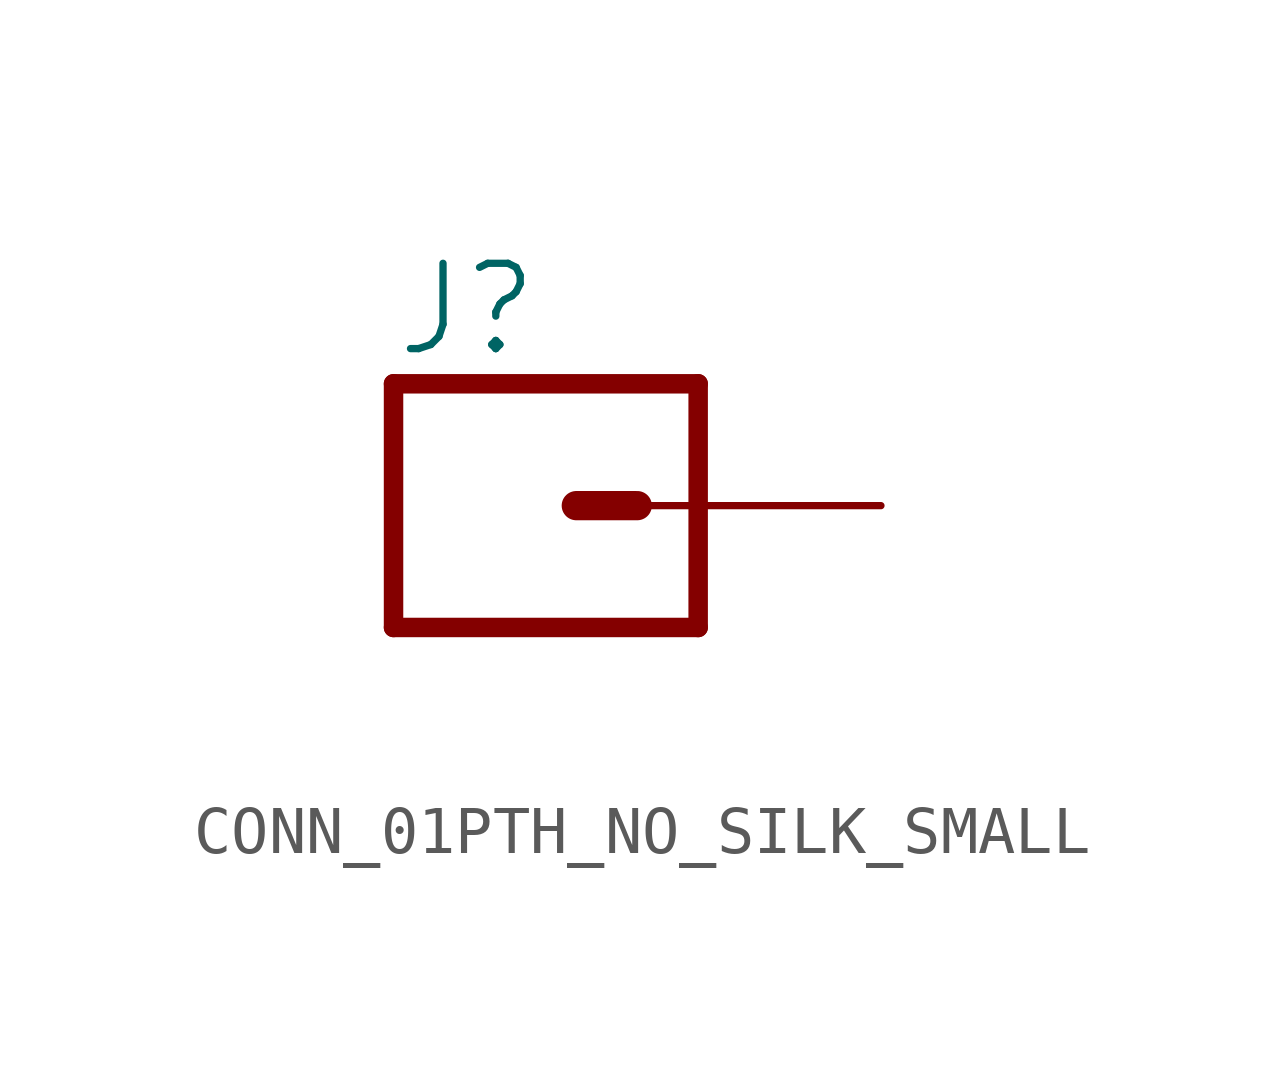
<source format=kicad_sym>
(kicad_symbol_lib
  (version 20220914)
  (generator kicad_symbol_editor)
  (symbol "CONN_01PTH_NO_SILK_SMALL"
    (property "Reference" "J"
      (at -2.54 3.048 0)
      (effects (font (size 1.778 1.778)) (justify left bottom)))
    (property "Value" ""
      (at -2.54 -4.826 0)
      (effects (font (size 1.778 1.778)) (justify left bottom)))
    (property "ki_locked" ""
      (at 0 0 0)
      (effects (font (size 1.27 1.27))))
    (symbol "CONN_01PTH_NO_SILK_SMALL_1_0"
      (polyline (pts (xy -2.54 2.54) (xy -2.54 -2.54)) (stroke (width 0.406) (type solid)) (fill (type none)))
      (polyline (pts (xy -2.54 2.54) (xy 3.81 2.54)) (stroke (width 0.406) (type solid)) (fill (type none)))
      (polyline (pts (xy 1.27 0) (xy 2.54 0)) (stroke (width 0.61) (type solid)) (fill (type none)))
      (polyline (pts (xy 3.81 -2.54) (xy -2.54 -2.54)) (stroke (width 0.406) (type solid)) (fill (type none)))
      (polyline (pts (xy 3.81 -2.54) (xy 3.81 2.54)) (stroke (width 0.406) (type solid)) (fill (type none)))
      (pin passive line (at 7.62 0 180) (length 5.08) (name "1" (effects (font (size 0 0)))) (number "P$1" (effects (font (size 0 0))))))))
</source>
